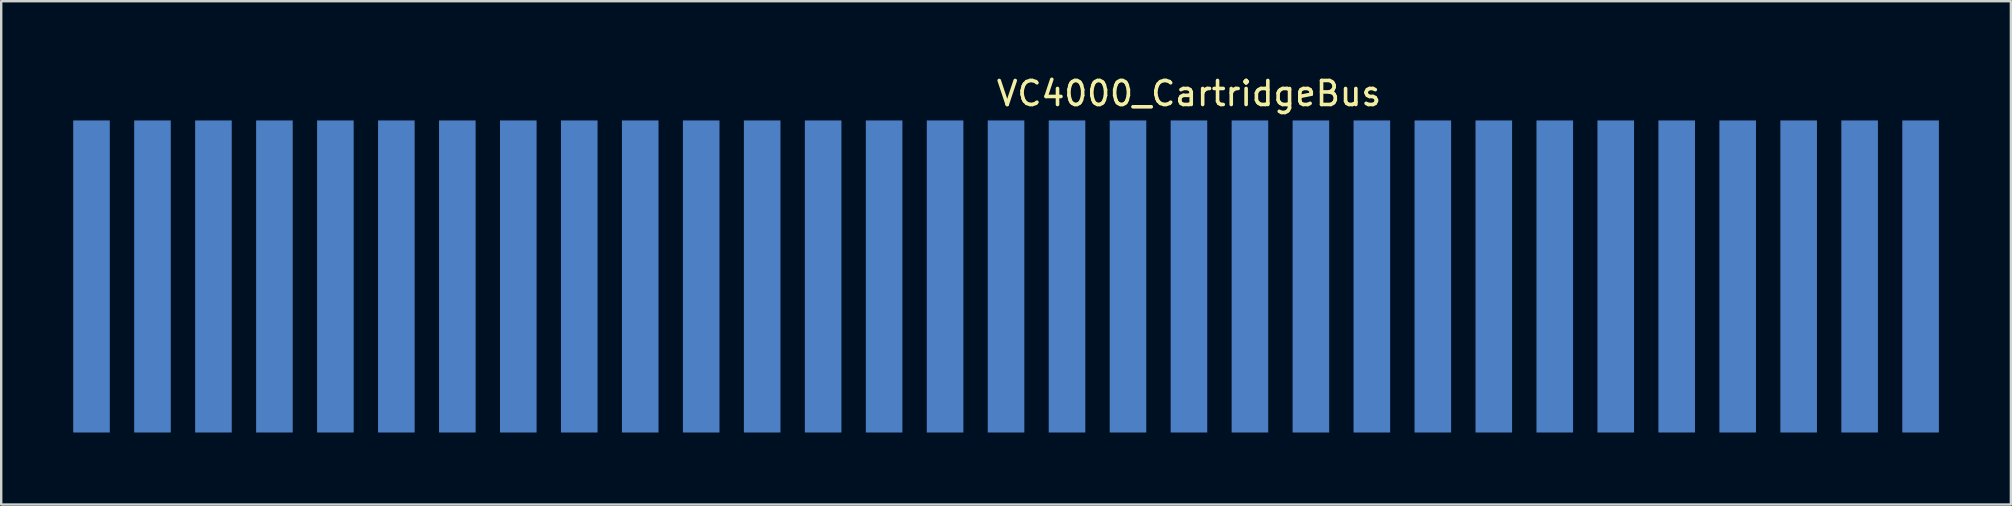
<source format=kicad_pcb>
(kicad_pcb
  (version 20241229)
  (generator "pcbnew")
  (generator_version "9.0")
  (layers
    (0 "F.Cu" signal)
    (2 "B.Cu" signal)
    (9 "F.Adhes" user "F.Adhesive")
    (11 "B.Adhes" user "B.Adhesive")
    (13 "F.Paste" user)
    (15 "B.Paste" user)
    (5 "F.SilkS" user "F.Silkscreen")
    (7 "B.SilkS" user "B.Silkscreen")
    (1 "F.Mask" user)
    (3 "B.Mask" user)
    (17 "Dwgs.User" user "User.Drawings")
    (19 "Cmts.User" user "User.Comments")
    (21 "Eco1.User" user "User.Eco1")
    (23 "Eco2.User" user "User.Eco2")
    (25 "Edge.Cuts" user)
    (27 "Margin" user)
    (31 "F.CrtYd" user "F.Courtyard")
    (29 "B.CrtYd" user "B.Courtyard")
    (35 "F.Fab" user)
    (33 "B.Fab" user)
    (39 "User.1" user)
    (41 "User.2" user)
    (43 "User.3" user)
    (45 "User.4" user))
  (footprint "VC4000_CartridgeBus"
    (layer "F.Cu")
    (at 38.862 8.468)
    (property "Reference" "VC4000_CartridgeBus" (at 7.62 -7.62 0) (layer "F.SilkS") (effects (font (size 1 1) (thickness 0.15))))
    (attr through_hole)
    (pad "1" connect rect (at -38.1 0) (size 1.524 13) (layers "F.Mask" "B.Cu"))
    (pad "2" connect rect (at -35.56 0) (size 1.524 13) (layers "F.Mask" "B.Cu"))
    (pad "3" connect rect (at -33.02 0) (size 1.524 13) (layers "F.Mask" "B.Cu"))
    (pad "4" connect rect (at -30.48 0) (size 1.524 13) (layers "F.Mask" "B.Cu"))
    (pad "5" connect rect (at -27.94 0) (size 1.524 13) (layers "F.Mask" "B.Cu"))
    (pad "6" connect rect (at -25.4 0) (size 1.524 13) (layers "F.Mask" "B.Cu"))
    (pad "7" connect rect (at -22.86 0) (size 1.524 13) (layers "F.Mask" "B.Cu"))
    (pad "8" connect rect (at -20.32 0) (size 1.524 13) (layers "F.Mask" "B.Cu"))
    (pad "9" connect rect (at -17.78 0) (size 1.524 13) (layers "F.Mask" "B.Cu"))
    (pad "10" connect rect (at -15.24 0) (size 1.524 13) (layers "F.Mask" "B.Cu"))
    (pad "11" connect rect (at -12.7 0) (size 1.524 13) (layers "F.Mask" "B.Cu"))
    (pad "12" connect rect (at -10.16 0) (size 1.524 13) (layers "F.Mask" "B.Cu"))
    (pad "13" connect rect (at -7.62 0) (size 1.524 13) (layers "F.Mask" "B.Cu"))
    (pad "14" connect rect (at -5.08 0) (size 1.524 13) (layers "F.Mask" "B.Cu"))
    (pad "15" connect rect (at -2.54 0) (size 1.524 13) (layers "F.Mask" "B.Cu"))
    (pad "16" connect rect (at 0 0) (size 1.524 13) (layers "F.Mask" "B.Cu"))
    (pad "17" connect rect (at 2.54 0) (size 1.524 13) (layers "F.Mask" "B.Cu"))
    (pad "18" connect rect (at 5.08 0) (size 1.524 13) (layers "F.Mask" "B.Cu"))
    (pad "19" connect rect (at 7.62 0) (size 1.524 13) (layers "F.Mask" "B.Cu"))
    (pad "20" connect rect (at 10.16 0) (size 1.524 13) (layers "F.Mask" "B.Cu"))
    (pad "21" connect rect (at 12.7 0) (size 1.524 13) (layers "F.Mask" "B.Cu"))
    (pad "22" connect rect (at 15.24 0) (size 1.524 13) (layers "F.Mask" "B.Cu"))
    (pad "23" connect rect (at 17.78 0) (size 1.524 13) (layers "F.Mask" "B.Cu"))
    (pad "24" connect rect (at 20.32 0) (size 1.524 13) (layers "F.Mask" "B.Cu"))
    (pad "25" connect rect (at 22.86 0) (size 1.524 13) (layers "F.Mask" "B.Cu"))
    (pad "26" connect rect (at 25.4 0) (size 1.524 13) (layers "F.Mask" "B.Cu"))
    (pad "27" connect rect (at 27.94 0) (size 1.524 13) (layers "F.Mask" "B.Cu"))
    (pad "28" connect rect (at 30.48 0) (size 1.524 13) (layers "F.Mask" "B.Cu"))
    (pad "29" connect rect (at 33.02 0) (size 1.524 13) (layers "F.Mask" "B.Cu"))
    (pad "30" connect rect (at 35.56 0) (size 1.524 13) (layers "F.Mask" "B.Cu"))
    (pad "31" connect rect (at 38.1 0) (size 1.524 13) (layers "F.Mask" "B.Cu")))
  (gr_rect
    (start -3 -3)
    (end 80.724 17.968)
    (stroke (width 0.1) (type default))
    (fill no)
    (layer "Edge.Cuts")))
</source>
